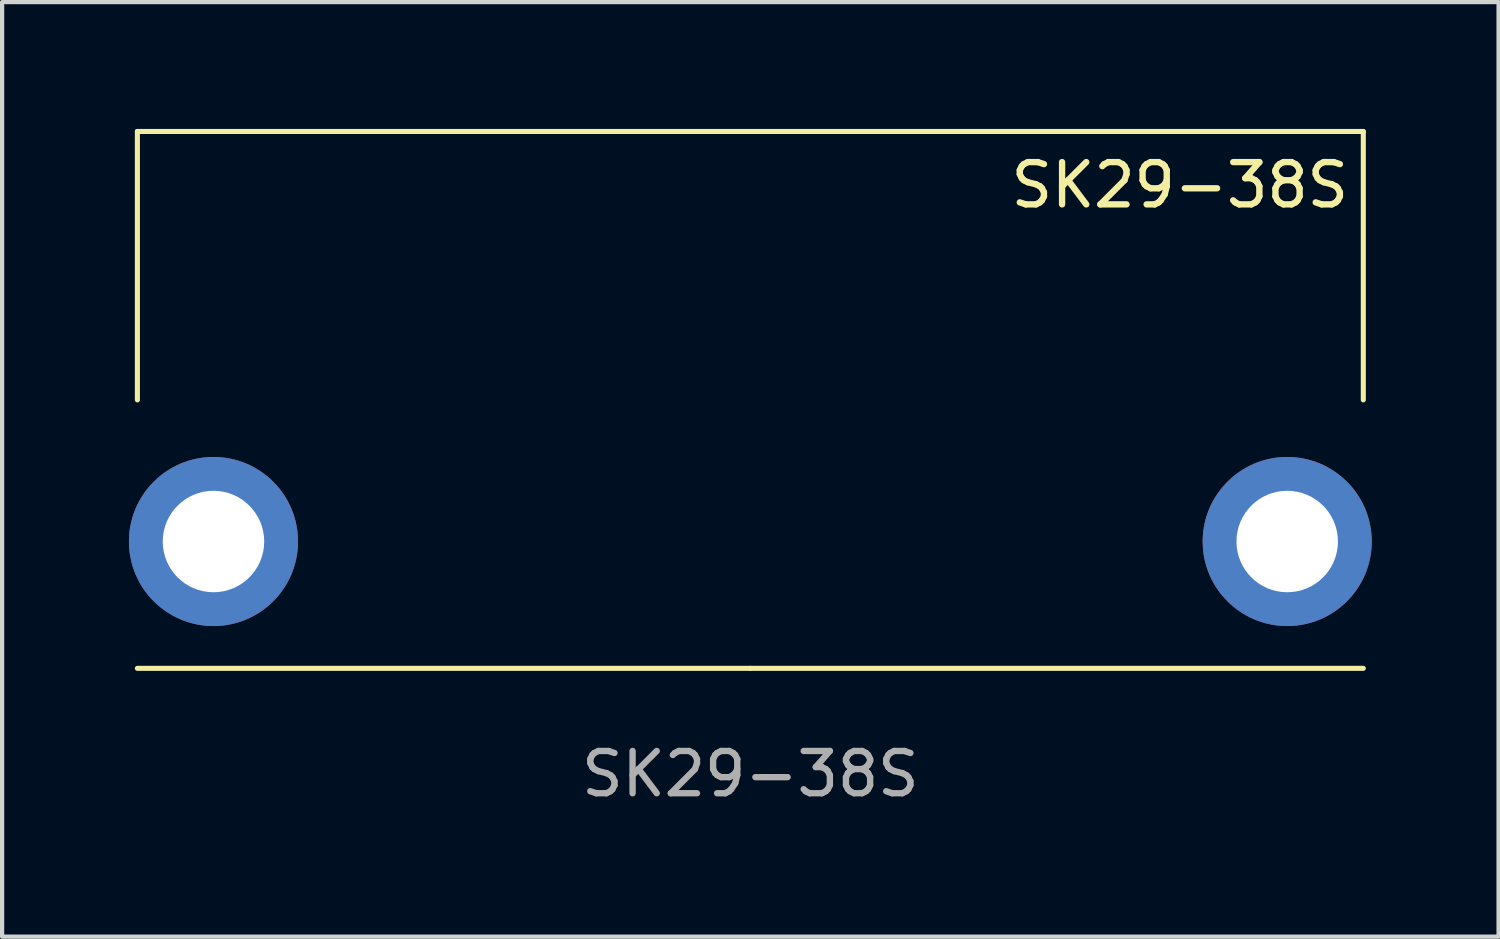
<source format=kicad_pcb>
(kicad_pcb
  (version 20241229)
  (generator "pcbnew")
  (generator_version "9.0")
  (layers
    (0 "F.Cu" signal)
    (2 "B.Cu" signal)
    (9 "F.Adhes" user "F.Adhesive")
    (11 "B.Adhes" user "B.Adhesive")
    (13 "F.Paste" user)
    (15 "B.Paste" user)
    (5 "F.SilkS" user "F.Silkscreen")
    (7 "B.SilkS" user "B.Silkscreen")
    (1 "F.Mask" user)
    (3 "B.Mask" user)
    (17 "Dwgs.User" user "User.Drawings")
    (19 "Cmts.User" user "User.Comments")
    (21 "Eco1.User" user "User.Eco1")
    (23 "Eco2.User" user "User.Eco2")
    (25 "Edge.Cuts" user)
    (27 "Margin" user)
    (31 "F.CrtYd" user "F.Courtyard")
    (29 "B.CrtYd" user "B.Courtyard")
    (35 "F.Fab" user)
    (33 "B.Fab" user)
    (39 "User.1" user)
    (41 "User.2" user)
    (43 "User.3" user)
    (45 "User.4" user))
  (footprint "SK29-38S"
    (layer "F.Cu")
    (at 14.7 12.76)
    (property "Reference" "SK29-38S" (at 10.16 -11.43 0) (unlocked yes) (layer "F.SilkS") (effects (font (size 1 1) (thickness 0.15))))
    (attr through_hole)
    (fp_line (start -14.5 -12.7) (end -14.5 -6.35) (stroke (width 0.12) (type solid)) (layer "F.SilkS"))
    (fp_line (start -14.5 0) (end 0 0) (stroke (width 0.12) (type solid)) (layer "F.SilkS"))
    (fp_line (start 0 0) (end 14.5 0) (stroke (width 0.12) (type solid)) (layer "F.SilkS"))
    (fp_line (start 14.5 -12.7) (end -14.5 -12.7) (stroke (width 0.12) (type solid)) (layer "F.SilkS"))
    (fp_line (start 14.5 -6.35) (end 14.5 -12.7) (stroke (width 0.12) (type solid)) (layer "F.SilkS"))
    (fp_text user "${REFERENCE}" (at 0 2.5 0) (unlocked yes) (layer "F.Fab") (effects (font (size 1 1) (thickness 0.15))))
    (pad "1" thru_hole circle (at 12.7 -3) (size 4 4) (drill 2.4) (layers "*.Cu" "*.Mask"))
    (pad "2" thru_hole circle (at -12.7 -3) (size 4 4) (drill 2.4) (layers "*.Cu" "*.Mask")))
  (gr_rect
    (start -3 -3)
    (end 32.4 19.108)
    (stroke (width 0.1) (type default))
    (fill no)
    (layer "Edge.Cuts")))
</source>
